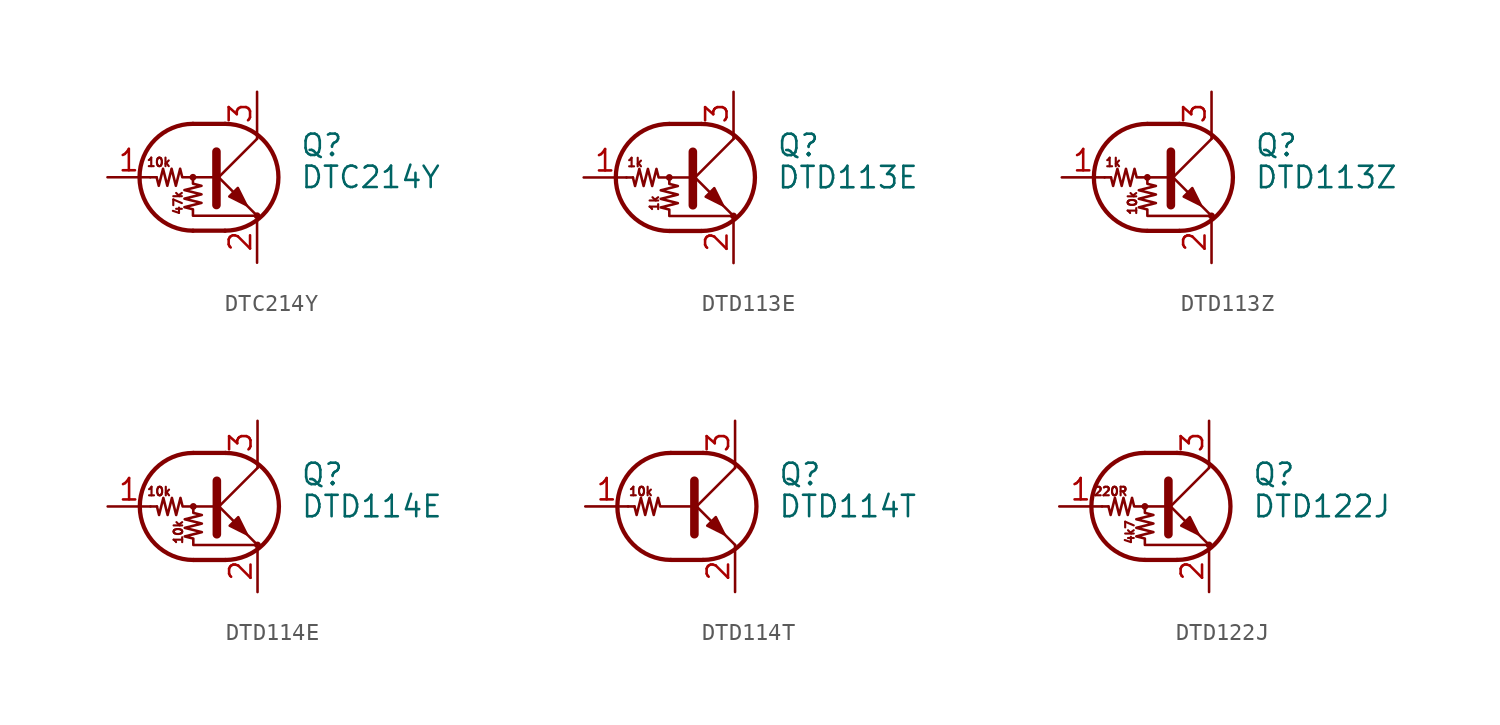
<source format=kicad_sym>
(kicad_symbol_lib
  (version 20200908)
  (generator kicad_symbol_editor)
  (symbol "Transistor_BJT:DTC214Y"
    (pin_names
      (offset 0) hide)
    (property "Reference" "Q"
      (at 5.08 1.905 0)
      (effects (font (size 1.27 1.27)) (justify left)))
    (property "Value" "DTC214Y"
      (at 5.08 0 0)
      (effects (font (size 1.27 1.27)) (justify left)))
    (symbol "DTC214Y_0_1"
      (arc (start -1.27 3.175) (end -1.27 -3.175) (radius (at -1.27 0) (length 3.175) (angles 90.1 -90.1)) (stroke (width 0.254)) (fill (type none)))
      (arc (start 0.635 -3.175) (end 0.635 3.175) (radius (at 0.635 0) (length 3.175) (angles -89.9 89.9)) (stroke (width 0.254)) (fill (type none)))
      (circle (center -1.27 0) (radius 0.127) (stroke (width 0)) (fill (type none)))
      (circle (center 2.54 -2.286) (radius 0.127) (stroke (width 0)) (fill (type none)))
      (polyline (pts (xy -3.429 0) (xy -3.81 0)) (stroke (width 0)) (fill (type none)))
      (polyline (pts (xy -1.27 -3.175) (xy 0.635 -3.175)) (stroke (width 0.254)) (fill (type none)))
      (polyline (pts (xy -1.27 3.175) (xy 0.635 3.175)) (stroke (width 0.254)) (fill (type none)))
      (polyline (pts (xy 0 -0.254) (xy 2.54 2.286)) (stroke (width 0)) (fill (type none)))
      (polyline (pts (xy 0.127 1.524) (xy 0.127 -1.651)) (stroke (width 0.508)) (fill (type outline)))
      (polyline (pts (xy 2.54 2.286) (xy 2.54 2.54)) (stroke (width 0)) (fill (type none)))
      (polyline (pts (xy 2.54 -2.286) (xy 0 0.254) (xy 0 0.254)) (stroke (width 0)) (fill (type none)))
      (polyline (pts (xy 0.889 -1.143) (xy 1.397 -0.635) (xy 1.905 -1.651) (xy 0.889 -1.143)) (stroke (width 0)) (fill (type outline)))
      (polyline (pts (xy 0 0) (xy -1.905 0) (xy -2.032 0.508) (xy -2.286 -0.508) (xy -2.54 0.508) (xy -2.794 -0.508) (xy -3.048 0.508) (xy -3.302 -0.508) (xy -3.429 0)) (stroke (width 0)) (fill (type none)))
      (polyline (pts (xy -1.27 0) (xy -1.27 -0.381) (xy -0.762 -0.508) (xy -1.778 -0.762) (xy -0.762 -1.016) (xy -1.778 -1.27) (xy -0.762 -1.524) (xy -1.778 -1.778) (xy -1.27 -1.905) (xy -1.27 -2.286) (xy 2.54 -2.286)) (stroke (width 0)) (fill (type none))))
    (symbol "DTC214Y_0_0"
      (text "10k" (at -3.302 0.889 0) (effects (font (size 0.508 0.508))))
      (text "47k" (at -2.159 -1.524 900) (effects (font (size 0.508 0.508)))))
    (symbol "DTC214Y_1_1"
      (pin input line (at -6.35 0 0) (length 2.54) (name "B" (effects (font (size 1.27 1.27)))) (number "1" (effects (font (size 1.27 1.27)))))
      (pin passive line (at 2.54 -5.08 90) (length 2.54) (name "E" (effects (font (size 1.27 1.27)))) (number "2" (effects (font (size 1.27 1.27)))))
      (pin passive line (at 2.54 5.08 270) (length 2.54) (name "C" (effects (font (size 1.27 1.27)))) (number "3" (effects (font (size 1.27 1.27)))))))
  (symbol "Transistor_BJT:DTD113E"
    (pin_names
      (offset 0) hide)
    (property "Reference" "Q"
      (at 5.08 1.905 0)
      (effects (font (size 1.27 1.27)) (justify left)))
    (property "Value" "DTD113E"
      (at 5.08 0 0)
      (effects (font (size 1.27 1.27)) (justify left)))
    (symbol "DTD113E_0_1"
      (arc (start -1.27 3.175) (end -1.27 -3.175) (radius (at -1.27 0) (length 3.175) (angles 90.1 -90.1)) (stroke (width 0.254)) (fill (type none)))
      (arc (start 0.635 -3.175) (end 0.635 3.175) (radius (at 0.635 0) (length 3.175) (angles -89.9 89.9)) (stroke (width 0.254)) (fill (type none)))
      (circle (center -1.27 0) (radius 0.127) (stroke (width 0)) (fill (type none)))
      (circle (center 2.54 -2.286) (radius 0.127) (stroke (width 0)) (fill (type none)))
      (polyline (pts (xy -3.429 0) (xy -3.81 0)) (stroke (width 0)) (fill (type none)))
      (polyline (pts (xy -1.27 -3.175) (xy 0.635 -3.175)) (stroke (width 0.254)) (fill (type none)))
      (polyline (pts (xy -1.27 3.175) (xy 0.635 3.175)) (stroke (width 0.254)) (fill (type none)))
      (polyline (pts (xy 0 -0.254) (xy 2.54 2.286)) (stroke (width 0)) (fill (type none)))
      (polyline (pts (xy 0.127 1.524) (xy 0.127 -1.651)) (stroke (width 0.508)) (fill (type outline)))
      (polyline (pts (xy 2.54 2.286) (xy 2.54 2.54)) (stroke (width 0)) (fill (type none)))
      (polyline (pts (xy 2.54 -2.286) (xy 0 0.254) (xy 0 0.254)) (stroke (width 0)) (fill (type none)))
      (polyline (pts (xy 0.889 -1.143) (xy 1.397 -0.635) (xy 1.905 -1.651) (xy 0.889 -1.143)) (stroke (width 0)) (fill (type outline)))
      (polyline (pts (xy 0 0) (xy -1.905 0) (xy -2.032 0.508) (xy -2.286 -0.508) (xy -2.54 0.508) (xy -2.794 -0.508) (xy -3.048 0.508) (xy -3.302 -0.508) (xy -3.429 0)) (stroke (width 0)) (fill (type none)))
      (polyline (pts (xy -1.27 0) (xy -1.27 -0.381) (xy -0.762 -0.508) (xy -1.778 -0.762) (xy -0.762 -1.016) (xy -1.778 -1.27) (xy -0.762 -1.524) (xy -1.778 -1.778) (xy -1.27 -1.905) (xy -1.27 -2.286) (xy 2.54 -2.286)) (stroke (width 0)) (fill (type none))))
    (symbol "DTD113E_0_0"
      (text "1k" (at -3.302 0.889 0) (effects (font (size 0.508 0.508))))
      (text "1k" (at -2.159 -1.524 900) (effects (font (size 0.508 0.508)))))
    (symbol "DTD113E_1_1"
      (pin input line (at -6.35 0 0) (length 2.54) (name "B" (effects (font (size 1.27 1.27)))) (number "1" (effects (font (size 1.27 1.27)))))
      (pin passive line (at 2.54 -5.08 90) (length 2.54) (name "E" (effects (font (size 1.27 1.27)))) (number "2" (effects (font (size 1.27 1.27)))))
      (pin passive line (at 2.54 5.08 270) (length 2.54) (name "C" (effects (font (size 1.27 1.27)))) (number "3" (effects (font (size 1.27 1.27)))))))
  (symbol "Transistor_BJT:DTD113Z"
    (pin_names
      (offset 0) hide)
    (property "Reference" "Q"
      (at 5.08 1.905 0)
      (effects (font (size 1.27 1.27)) (justify left)))
    (property "Value" "DTD113Z"
      (at 5.08 0 0)
      (effects (font (size 1.27 1.27)) (justify left)))
    (symbol "DTD113Z_0_1"
      (arc (start -1.27 3.175) (end -1.27 -3.175) (radius (at -1.27 0) (length 3.175) (angles 90.1 -90.1)) (stroke (width 0.254)) (fill (type none)))
      (arc (start 0.635 -3.175) (end 0.635 3.175) (radius (at 0.635 0) (length 3.175) (angles -89.9 89.9)) (stroke (width 0.254)) (fill (type none)))
      (circle (center -1.27 0) (radius 0.127) (stroke (width 0)) (fill (type none)))
      (circle (center 2.54 -2.286) (radius 0.127) (stroke (width 0)) (fill (type none)))
      (polyline (pts (xy -3.429 0) (xy -3.81 0)) (stroke (width 0)) (fill (type none)))
      (polyline (pts (xy -1.27 -3.175) (xy 0.635 -3.175)) (stroke (width 0.254)) (fill (type none)))
      (polyline (pts (xy -1.27 3.175) (xy 0.635 3.175)) (stroke (width 0.254)) (fill (type none)))
      (polyline (pts (xy 0 -0.254) (xy 2.54 2.286)) (stroke (width 0)) (fill (type none)))
      (polyline (pts (xy 0.127 1.524) (xy 0.127 -1.651)) (stroke (width 0.508)) (fill (type outline)))
      (polyline (pts (xy 2.54 2.286) (xy 2.54 2.54)) (stroke (width 0)) (fill (type none)))
      (polyline (pts (xy 2.54 -2.286) (xy 0 0.254) (xy 0 0.254)) (stroke (width 0)) (fill (type none)))
      (polyline (pts (xy 0.889 -1.143) (xy 1.397 -0.635) (xy 1.905 -1.651) (xy 0.889 -1.143)) (stroke (width 0)) (fill (type outline)))
      (polyline (pts (xy 0 0) (xy -1.905 0) (xy -2.032 0.508) (xy -2.286 -0.508) (xy -2.54 0.508) (xy -2.794 -0.508) (xy -3.048 0.508) (xy -3.302 -0.508) (xy -3.429 0)) (stroke (width 0)) (fill (type none)))
      (polyline (pts (xy -1.27 0) (xy -1.27 -0.381) (xy -0.762 -0.508) (xy -1.778 -0.762) (xy -0.762 -1.016) (xy -1.778 -1.27) (xy -0.762 -1.524) (xy -1.778 -1.778) (xy -1.27 -1.905) (xy -1.27 -2.286) (xy 2.54 -2.286)) (stroke (width 0)) (fill (type none))))
    (symbol "DTD113Z_0_0"
      (text "10k" (at -2.159 -1.524 900) (effects (font (size 0.508 0.508))))
      (text "1k" (at -3.302 0.889 0) (effects (font (size 0.508 0.508)))))
    (symbol "DTD113Z_1_1"
      (pin input line (at -6.35 0 0) (length 2.54) (name "B" (effects (font (size 1.27 1.27)))) (number "1" (effects (font (size 1.27 1.27)))))
      (pin passive line (at 2.54 -5.08 90) (length 2.54) (name "E" (effects (font (size 1.27 1.27)))) (number "2" (effects (font (size 1.27 1.27)))))
      (pin passive line (at 2.54 5.08 270) (length 2.54) (name "C" (effects (font (size 1.27 1.27)))) (number "3" (effects (font (size 1.27 1.27)))))))
  (symbol "Transistor_BJT:DTD114E"
    (pin_names
      (offset 0) hide)
    (property "Reference" "Q"
      (at 5.08 1.905 0)
      (effects (font (size 1.27 1.27)) (justify left)))
    (property "Value" "DTD114E"
      (at 5.08 0 0)
      (effects (font (size 1.27 1.27)) (justify left)))
    (symbol "DTD114E_0_1"
      (arc (start -1.27 3.175) (end -1.27 -3.175) (radius (at -1.27 0) (length 3.175) (angles 90.1 -90.1)) (stroke (width 0.254)) (fill (type none)))
      (arc (start 0.635 -3.175) (end 0.635 3.175) (radius (at 0.635 0) (length 3.175) (angles -89.9 89.9)) (stroke (width 0.254)) (fill (type none)))
      (circle (center -1.27 0) (radius 0.127) (stroke (width 0)) (fill (type none)))
      (circle (center 2.54 -2.286) (radius 0.127) (stroke (width 0)) (fill (type none)))
      (polyline (pts (xy -3.429 0) (xy -3.81 0)) (stroke (width 0)) (fill (type none)))
      (polyline (pts (xy -1.27 -3.175) (xy 0.635 -3.175)) (stroke (width 0.254)) (fill (type none)))
      (polyline (pts (xy -1.27 3.175) (xy 0.635 3.175)) (stroke (width 0.254)) (fill (type none)))
      (polyline (pts (xy 0 -0.254) (xy 2.54 2.286)) (stroke (width 0)) (fill (type none)))
      (polyline (pts (xy 0.127 1.524) (xy 0.127 -1.651)) (stroke (width 0.508)) (fill (type outline)))
      (polyline (pts (xy 2.54 2.286) (xy 2.54 2.54)) (stroke (width 0)) (fill (type none)))
      (polyline (pts (xy 2.54 -2.286) (xy 0 0.254) (xy 0 0.254)) (stroke (width 0)) (fill (type none)))
      (polyline (pts (xy 0.889 -1.143) (xy 1.397 -0.635) (xy 1.905 -1.651) (xy 0.889 -1.143)) (stroke (width 0)) (fill (type outline)))
      (polyline (pts (xy 0 0) (xy -1.905 0) (xy -2.032 0.508) (xy -2.286 -0.508) (xy -2.54 0.508) (xy -2.794 -0.508) (xy -3.048 0.508) (xy -3.302 -0.508) (xy -3.429 0)) (stroke (width 0)) (fill (type none)))
      (polyline (pts (xy -1.27 0) (xy -1.27 -0.381) (xy -0.762 -0.508) (xy -1.778 -0.762) (xy -0.762 -1.016) (xy -1.778 -1.27) (xy -0.762 -1.524) (xy -1.778 -1.778) (xy -1.27 -1.905) (xy -1.27 -2.286) (xy 2.54 -2.286)) (stroke (width 0)) (fill (type none))))
    (symbol "DTD114E_0_0"
      (text "10k" (at -3.302 0.889 0) (effects (font (size 0.508 0.508))))
      (text "10k" (at -2.159 -1.524 900) (effects (font (size 0.508 0.508)))))
    (symbol "DTD114E_1_1"
      (pin input line (at -6.35 0 0) (length 2.54) (name "B" (effects (font (size 1.27 1.27)))) (number "1" (effects (font (size 1.27 1.27)))))
      (pin passive line (at 2.54 -5.08 90) (length 2.54) (name "E" (effects (font (size 1.27 1.27)))) (number "2" (effects (font (size 1.27 1.27)))))
      (pin passive line (at 2.54 5.08 270) (length 2.54) (name "C" (effects (font (size 1.27 1.27)))) (number "3" (effects (font (size 1.27 1.27)))))))
  (symbol "Transistor_BJT:DTD114T"
    (pin_names
      (offset 0) hide)
    (property "Reference" "Q"
      (at 5.08 1.905 0)
      (effects (font (size 1.27 1.27)) (justify left)))
    (property "Value" "DTD114T"
      (at 5.08 0 0)
      (effects (font (size 1.27 1.27)) (justify left)))
    (symbol "DTD114T_0_1"
      (arc (start -1.27 3.175) (end -1.27 -3.175) (radius (at -1.27 0) (length 3.175) (angles 90.1 -90.1)) (stroke (width 0.254)) (fill (type none)))
      (arc (start 0.635 -3.175) (end 0.635 3.175) (radius (at 0.635 0) (length 3.175) (angles -89.9 89.9)) (stroke (width 0.254)) (fill (type none)))
      (polyline (pts (xy -3.429 0) (xy -3.81 0)) (stroke (width 0)) (fill (type none)))
      (polyline (pts (xy -1.27 -3.175) (xy 0.635 -3.175)) (stroke (width 0.254)) (fill (type none)))
      (polyline (pts (xy -1.27 3.175) (xy 0.635 3.175)) (stroke (width 0.254)) (fill (type none)))
      (polyline (pts (xy 0 -0.254) (xy 2.54 2.286)) (stroke (width 0)) (fill (type none)))
      (polyline (pts (xy 0.127 1.524) (xy 0.127 -1.651)) (stroke (width 0.508)) (fill (type outline)))
      (polyline (pts (xy 2.54 2.286) (xy 2.54 2.54)) (stroke (width 0)) (fill (type none)))
      (polyline (pts (xy 2.54 -2.286) (xy 0 0.254) (xy 0 0.254)) (stroke (width 0)) (fill (type none)))
      (polyline (pts (xy 0.889 -1.143) (xy 1.397 -0.635) (xy 1.905 -1.651) (xy 0.889 -1.143)) (stroke (width 0)) (fill (type outline)))
      (polyline (pts (xy 0 0) (xy -1.905 0) (xy -2.032 0.508) (xy -2.286 -0.508) (xy -2.54 0.508) (xy -2.794 -0.508) (xy -3.048 0.508) (xy -3.302 -0.508) (xy -3.429 0)) (stroke (width 0)) (fill (type none))))
    (symbol "DTD114T_0_0"
      (text "10k" (at -3.048 0.889 0) (effects (font (size 0.508 0.508))))
      (polyline (pts (xy 2.54 -2.286) (xy 2.54 -2.54)) (stroke (width 0)) (fill (type none))))
    (symbol "DTD114T_1_1"
      (pin input line (at -6.35 0 0) (length 2.54) (name "B" (effects (font (size 1.27 1.27)))) (number "1" (effects (font (size 1.27 1.27)))))
      (pin passive line (at 2.54 -5.08 90) (length 2.54) (name "E" (effects (font (size 1.27 1.27)))) (number "2" (effects (font (size 1.27 1.27)))))
      (pin passive line (at 2.54 5.08 270) (length 2.54) (name "C" (effects (font (size 1.27 1.27)))) (number "3" (effects (font (size 1.27 1.27)))))))
  (symbol "Transistor_BJT:DTD122J"
    (pin_names
      (offset 0) hide)
    (property "Reference" "Q"
      (at 5.08 1.905 0)
      (effects (font (size 1.27 1.27)) (justify left)))
    (property "Value" "DTD122J"
      (at 5.08 0 0)
      (effects (font (size 1.27 1.27)) (justify left)))
    (symbol "DTD122J_0_1"
      (arc (start -1.27 3.175) (end -1.27 -3.175) (radius (at -1.27 0) (length 3.175) (angles 90.1 -90.1)) (stroke (width 0.254)) (fill (type none)))
      (arc (start 0.635 -3.175) (end 0.635 3.175) (radius (at 0.635 0) (length 3.175) (angles -89.9 89.9)) (stroke (width 0.254)) (fill (type none)))
      (circle (center -1.27 0) (radius 0.127) (stroke (width 0)) (fill (type none)))
      (circle (center 2.54 -2.286) (radius 0.127) (stroke (width 0)) (fill (type none)))
      (polyline (pts (xy -3.429 0) (xy -3.81 0)) (stroke (width 0)) (fill (type none)))
      (polyline (pts (xy -1.27 -3.175) (xy 0.635 -3.175)) (stroke (width 0.254)) (fill (type none)))
      (polyline (pts (xy -1.27 3.175) (xy 0.635 3.175)) (stroke (width 0.254)) (fill (type none)))
      (polyline (pts (xy 0 -0.254) (xy 2.54 2.286)) (stroke (width 0)) (fill (type none)))
      (polyline (pts (xy 0.127 1.524) (xy 0.127 -1.651)) (stroke (width 0.508)) (fill (type outline)))
      (polyline (pts (xy 2.54 2.286) (xy 2.54 2.54)) (stroke (width 0)) (fill (type none)))
      (polyline (pts (xy 2.54 -2.286) (xy 0 0.254) (xy 0 0.254)) (stroke (width 0)) (fill (type none)))
      (polyline (pts (xy 0.889 -1.143) (xy 1.397 -0.635) (xy 1.905 -1.651) (xy 0.889 -1.143)) (stroke (width 0)) (fill (type outline)))
      (polyline (pts (xy 0 0) (xy -1.905 0) (xy -2.032 0.508) (xy -2.286 -0.508) (xy -2.54 0.508) (xy -2.794 -0.508) (xy -3.048 0.508) (xy -3.302 -0.508) (xy -3.429 0)) (stroke (width 0)) (fill (type none)))
      (polyline (pts (xy -1.27 0) (xy -1.27 -0.381) (xy -0.762 -0.508) (xy -1.778 -0.762) (xy -0.762 -1.016) (xy -1.778 -1.27) (xy -0.762 -1.524) (xy -1.778 -1.778) (xy -1.27 -1.905) (xy -1.27 -2.286) (xy 2.54 -2.286)) (stroke (width 0)) (fill (type none))))
    (symbol "DTD122J_0_0"
      (text "220R" (at -3.302 0.889 0) (effects (font (size 0.508 0.508))))
      (text "4k7" (at -2.159 -1.524 900) (effects (font (size 0.508 0.508)))))
    (symbol "DTD122J_1_1"
      (pin input line (at -6.35 0 0) (length 2.54) (name "B" (effects (font (size 1.27 1.27)))) (number "1" (effects (font (size 1.27 1.27)))))
      (pin passive line (at 2.54 -5.08 90) (length 2.54) (name "E" (effects (font (size 1.27 1.27)))) (number "2" (effects (font (size 1.27 1.27)))))
      (pin passive line (at 2.54 5.08 270) (length 2.54) (name "C" (effects (font (size 1.27 1.27)))) (number "3" (effects (font (size 1.27 1.27))))))))
</source>
